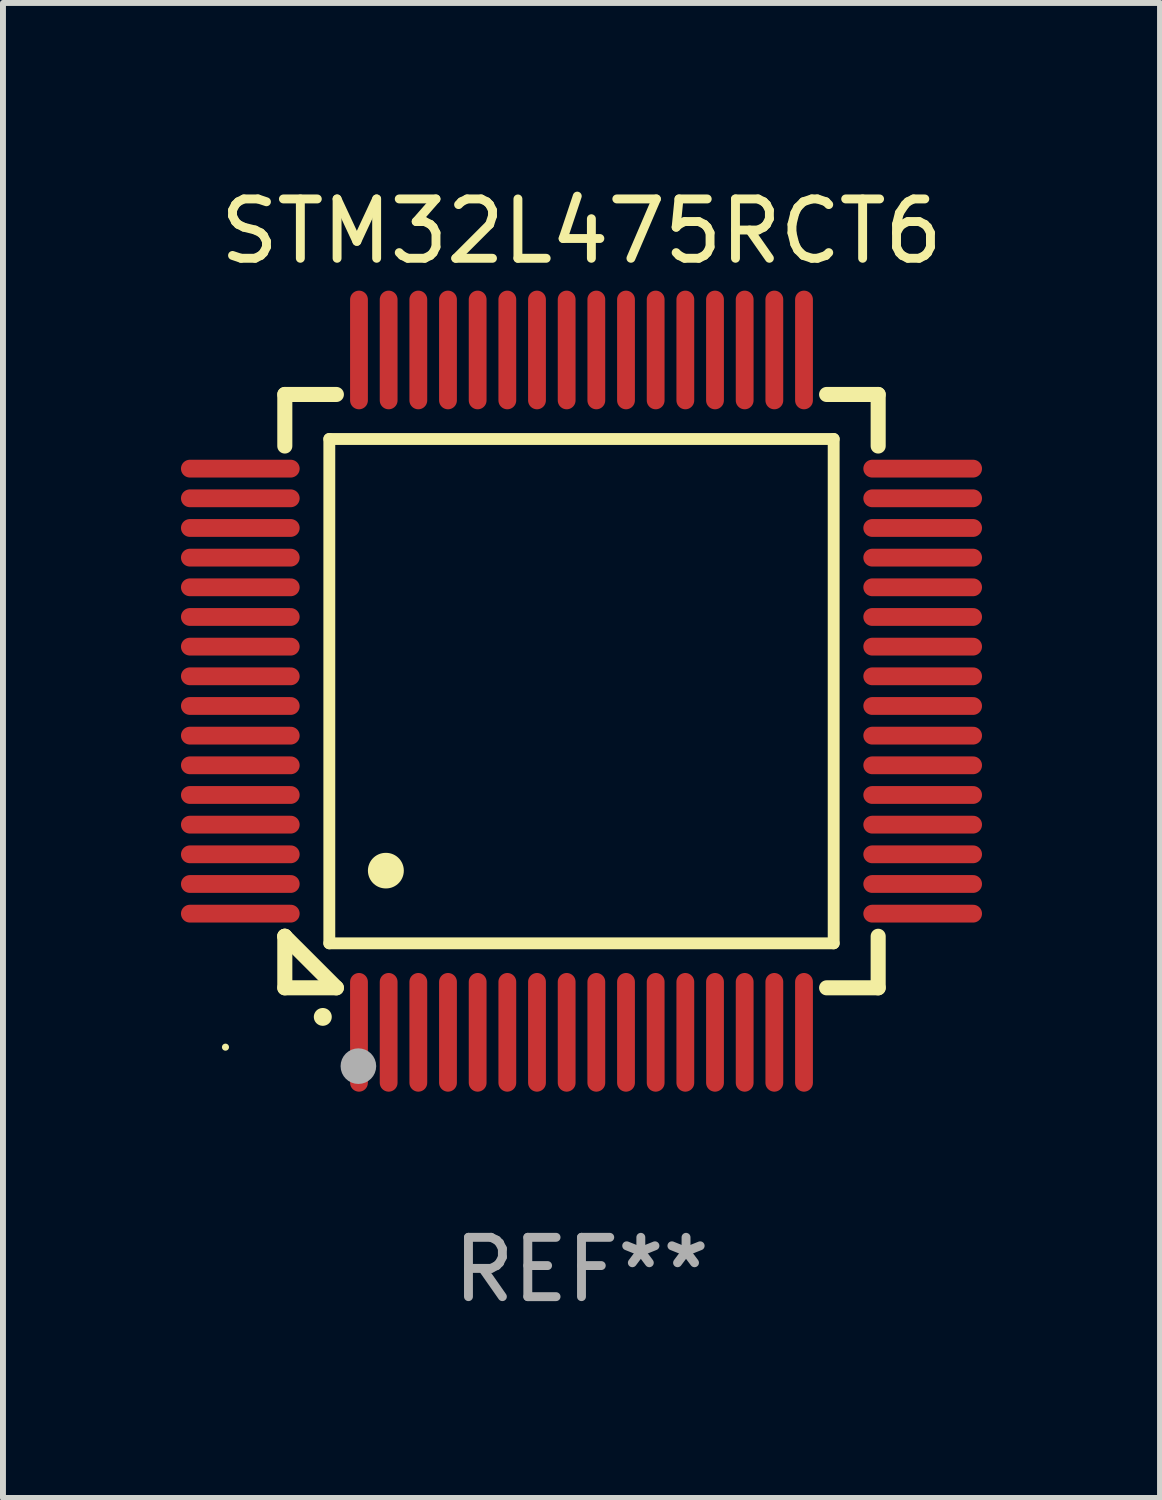
<source format=kicad_pcb>
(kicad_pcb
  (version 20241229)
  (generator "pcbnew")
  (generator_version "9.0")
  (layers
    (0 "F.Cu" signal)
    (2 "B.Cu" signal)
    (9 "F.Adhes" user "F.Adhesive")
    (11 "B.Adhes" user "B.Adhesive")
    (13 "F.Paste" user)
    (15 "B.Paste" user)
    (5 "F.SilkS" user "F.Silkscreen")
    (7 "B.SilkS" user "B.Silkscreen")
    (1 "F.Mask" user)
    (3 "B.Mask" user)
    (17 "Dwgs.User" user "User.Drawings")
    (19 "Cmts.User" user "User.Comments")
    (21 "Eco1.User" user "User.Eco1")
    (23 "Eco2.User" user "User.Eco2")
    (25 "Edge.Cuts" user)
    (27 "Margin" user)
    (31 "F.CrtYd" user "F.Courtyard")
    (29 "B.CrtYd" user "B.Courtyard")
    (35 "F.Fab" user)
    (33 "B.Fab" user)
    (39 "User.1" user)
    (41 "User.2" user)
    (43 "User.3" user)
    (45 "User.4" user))
  (footprint "STM32L475RCT6"
    (layer "F.Cu")
    (at 6.75 8.598)
    (property "Reference" "STM32L475RCT6" (at 0 -7.75 0) (layer "F.SilkS") (effects (font (size 1 1) (thickness 0.15))))
    (attr through_hole)
    (fp_line (start -5 -5) (end -4.131 -5) (stroke (width 0.254) (type solid)) (layer "F.SilkS"))
    (fp_line (start -5 -4.131) (end -5 -5) (stroke (width 0.254) (type solid)) (layer "F.SilkS"))
    (fp_line (start -5 4.131) (end -5 4.131) (stroke (width 0.254) (type solid)) (layer "F.SilkS"))
    (fp_line (start -5 5) (end -5 4.131) (stroke (width 0.254) (type solid)) (layer "F.SilkS"))
    (fp_line (start -5 4.131) (end -4.131 5) (stroke (width 0.254) (type solid)) (layer "F.SilkS"))
    (fp_line (start -4.25 -4.25) (end -4.25 4.25) (stroke (width 0.2) (type solid)) (layer "F.SilkS"))
    (fp_line (start -4.25 4.25) (end 4.25 4.25) (stroke (width 0.2) (type solid)) (layer "F.SilkS"))
    (fp_line (start -4.131 5) (end -5 5) (stroke (width 0.254) (type solid)) (layer "F.SilkS"))
    (fp_line (start 4.25 -4.25) (end -4.25 -4.25) (stroke (width 0.2) (type solid)) (layer "F.SilkS"))
    (fp_line (start 4.25 4.25) (end 4.25 -4.25) (stroke (width 0.2) (type solid)) (layer "F.SilkS"))
    (fp_line (start 5 -5) (end 4.131 -5) (stroke (width 0.254) (type solid)) (layer "F.SilkS"))
    (fp_line (start 5 -5) (end 5 -4.131) (stroke (width 0.254) (type solid)) (layer "F.SilkS"))
    (fp_line (start 5 4.131) (end 5 5) (stroke (width 0.254) (type solid)) (layer "F.SilkS"))
    (fp_line (start 5 5) (end 4.131 5) (stroke (width 0.254) (type solid)) (layer "F.SilkS"))
    (fp_arc (start -4.361265 5.489992) (mid -4.359995 5.489987) (end -4.358725 5.489992) (stroke (width 0.3) (type solid)) (layer "F.SilkS"))
    (fp_arc (start -3.299467 3.025146) (mid -3.296927 3.025135) (end -3.294387 3.025146) (stroke (width 0.6) (type solid)) (layer "F.SilkS"))
    (fp_circle (center -6 6) (end -5.97 6) (stroke (width 0.06) (type solid)) (fill no) (layer "F.SilkS"))
    (fp_circle (center -3.76 6.32) (end -3.61 6.32) (stroke (width 0.3) (type solid)) (fill no) (layer "F.Fab"))
    (fp_text user "REF**" (at 0 9.75 0) (layer "F.Fab") (effects (font (size 1 1) (thickness 0.15))))
    (pad "1" smd oval (at -3.75 5.75) (size 0.3 2) (layers "F.Cu" "F.Mask" "F.Paste"))
    (pad "2" smd oval (at -3.25 5.75) (size 0.3 2) (layers "F.Cu" "F.Mask" "F.Paste"))
    (pad "3" smd oval (at -2.75 5.75) (size 0.3 2) (layers "F.Cu" "F.Mask" "F.Paste"))
    (pad "4" smd oval (at -2.25 5.75) (size 0.3 2) (layers "F.Cu" "F.Mask" "F.Paste"))
    (pad "5" smd oval (at -1.75 5.75) (size 0.3 2) (layers "F.Cu" "F.Mask" "F.Paste"))
    (pad "6" smd oval (at -1.25 5.75) (size 0.3 2) (layers "F.Cu" "F.Mask" "F.Paste"))
    (pad "7" smd oval (at -0.75 5.75) (size 0.3 2) (layers "F.Cu" "F.Mask" "F.Paste"))
    (pad "8" smd oval (at -0.25 5.75) (size 0.3 2) (layers "F.Cu" "F.Mask" "F.Paste"))
    (pad "9" smd oval (at 0.25 5.75) (size 0.3 2) (layers "F.Cu" "F.Mask" "F.Paste"))
    (pad "10" smd oval (at 0.75 5.75) (size 0.3 2) (layers "F.Cu" "F.Mask" "F.Paste"))
    (pad "11" smd oval (at 1.25 5.75) (size 0.3 2) (layers "F.Cu" "F.Mask" "F.Paste"))
    (pad "12" smd oval (at 1.75 5.75) (size 0.3 2) (layers "F.Cu" "F.Mask" "F.Paste"))
    (pad "13" smd oval (at 2.25 5.75) (size 0.3 2) (layers "F.Cu" "F.Mask" "F.Paste"))
    (pad "14" smd oval (at 2.75 5.75) (size 0.3 2) (layers "F.Cu" "F.Mask" "F.Paste"))
    (pad "15" smd oval (at 3.25 5.75) (size 0.3 2) (layers "F.Cu" "F.Mask" "F.Paste"))
    (pad "16" smd oval (at 3.75 5.75) (size 0.3 2) (layers "F.Cu" "F.Mask" "F.Paste"))
    (pad "17" smd oval (at 5.75 3.75) (size 2 0.3) (layers "F.Cu" "F.Mask" "F.Paste"))
    (pad "18" smd oval (at 5.75 3.25) (size 2 0.3) (layers "F.Cu" "F.Mask" "F.Paste"))
    (pad "19" smd oval (at 5.75 2.75) (size 2 0.3) (layers "F.Cu" "F.Mask" "F.Paste"))
    (pad "20" smd oval (at 5.75 2.25) (size 2 0.3) (layers "F.Cu" "F.Mask" "F.Paste"))
    (pad "21" smd oval (at 5.75 1.75) (size 2 0.3) (layers "F.Cu" "F.Mask" "F.Paste"))
    (pad "22" smd oval (at 5.75 1.25) (size 2 0.3) (layers "F.Cu" "F.Mask" "F.Paste"))
    (pad "23" smd oval (at 5.75 0.75) (size 2 0.3) (layers "F.Cu" "F.Mask" "F.Paste"))
    (pad "24" smd oval (at 5.75 0.25) (size 2 0.3) (layers "F.Cu" "F.Mask" "F.Paste"))
    (pad "25" smd oval (at 5.75 -0.25) (size 2 0.3) (layers "F.Cu" "F.Mask" "F.Paste"))
    (pad "26" smd oval (at 5.75 -0.75) (size 2 0.3) (layers "F.Cu" "F.Mask" "F.Paste"))
    (pad "27" smd oval (at 5.75 -1.25) (size 2 0.3) (layers "F.Cu" "F.Mask" "F.Paste"))
    (pad "28" smd oval (at 5.75 -1.75) (size 2 0.3) (layers "F.Cu" "F.Mask" "F.Paste"))
    (pad "29" smd oval (at 5.75 -2.25) (size 2 0.3) (layers "F.Cu" "F.Mask" "F.Paste"))
    (pad "30" smd oval (at 5.75 -2.75) (size 2 0.3) (layers "F.Cu" "F.Mask" "F.Paste"))
    (pad "31" smd oval (at 5.75 -3.25) (size 2 0.3) (layers "F.Cu" "F.Mask" "F.Paste"))
    (pad "32" smd oval (at 5.75 -3.75) (size 2 0.3) (layers "F.Cu" "F.Mask" "F.Paste"))
    (pad "33" smd oval (at 3.75 -5.75) (size 0.3 2) (layers "F.Cu" "F.Mask" "F.Paste"))
    (pad "34" smd oval (at 3.25 -5.75) (size 0.3 2) (layers "F.Cu" "F.Mask" "F.Paste"))
    (pad "35" smd oval (at 2.75 -5.75) (size 0.3 2) (layers "F.Cu" "F.Mask" "F.Paste"))
    (pad "36" smd oval (at 2.25 -5.75) (size 0.3 2) (layers "F.Cu" "F.Mask" "F.Paste"))
    (pad "37" smd oval (at 1.75 -5.75) (size 0.3 2) (layers "F.Cu" "F.Mask" "F.Paste"))
    (pad "38" smd oval (at 1.25 -5.75) (size 0.3 2) (layers "F.Cu" "F.Mask" "F.Paste"))
    (pad "39" smd oval (at 0.75 -5.75) (size 0.3 2) (layers "F.Cu" "F.Mask" "F.Paste"))
    (pad "40" smd oval (at 0.25 -5.75) (size 0.3 2) (layers "F.Cu" "F.Mask" "F.Paste"))
    (pad "41" smd oval (at -0.25 -5.75) (size 0.3 2) (layers "F.Cu" "F.Mask" "F.Paste"))
    (pad "42" smd oval (at -0.75 -5.75) (size 0.3 2) (layers "F.Cu" "F.Mask" "F.Paste"))
    (pad "43" smd oval (at -1.25 -5.75) (size 0.3 2) (layers "F.Cu" "F.Mask" "F.Paste"))
    (pad "44" smd oval (at -1.75 -5.75) (size 0.3 2) (layers "F.Cu" "F.Mask" "F.Paste"))
    (pad "45" smd oval (at -2.25 -5.75) (size 0.3 2) (layers "F.Cu" "F.Mask" "F.Paste"))
    (pad "46" smd oval (at -2.75 -5.75) (size 0.3 2) (layers "F.Cu" "F.Mask" "F.Paste"))
    (pad "47" smd oval (at -3.25 -5.75) (size 0.3 2) (layers "F.Cu" "F.Mask" "F.Paste"))
    (pad "48" smd oval (at -3.75 -5.75) (size 0.3 2) (layers "F.Cu" "F.Mask" "F.Paste"))
    (pad "49" smd oval (at -5.75 -3.75) (size 2 0.3) (layers "F.Cu" "F.Mask" "F.Paste"))
    (pad "50" smd oval (at -5.75 -3.25) (size 2 0.3) (layers "F.Cu" "F.Mask" "F.Paste"))
    (pad "51" smd oval (at -5.75 -2.75) (size 2 0.3) (layers "F.Cu" "F.Mask" "F.Paste"))
    (pad "52" smd oval (at -5.75 -2.25) (size 2 0.3) (layers "F.Cu" "F.Mask" "F.Paste"))
    (pad "53" smd oval (at -5.75 -1.75) (size 2 0.3) (layers "F.Cu" "F.Mask" "F.Paste"))
    (pad "54" smd oval (at -5.75 -1.25) (size 2 0.3) (layers "F.Cu" "F.Mask" "F.Paste"))
    (pad "55" smd oval (at -5.75 -0.75) (size 2 0.3) (layers "F.Cu" "F.Mask" "F.Paste"))
    (pad "56" smd oval (at -5.75 -0.25) (size 2 0.3) (layers "F.Cu" "F.Mask" "F.Paste"))
    (pad "57" smd oval (at -5.75 0.25) (size 2 0.3) (layers "F.Cu" "F.Mask" "F.Paste"))
    (pad "58" smd oval (at -5.75 0.75) (size 2 0.3) (layers "F.Cu" "F.Mask" "F.Paste"))
    (pad "59" smd oval (at -5.75 1.25) (size 2 0.3) (layers "F.Cu" "F.Mask" "F.Paste"))
    (pad "60" smd oval (at -5.75 1.75) (size 2 0.3) (layers "F.Cu" "F.Mask" "F.Paste"))
    (pad "61" smd oval (at -5.75 2.25) (size 2 0.3) (layers "F.Cu" "F.Mask" "F.Paste"))
    (pad "62" smd oval (at -5.75 2.75) (size 2 0.3) (layers "F.Cu" "F.Mask" "F.Paste"))
    (pad "63" smd oval (at -5.75 3.25) (size 2 0.3) (layers "F.Cu" "F.Mask" "F.Paste"))
    (pad "64" smd oval (at -5.75 3.75) (size 2 0.3) (layers "F.Cu" "F.Mask" "F.Paste")))
  (gr_rect
    (start -3 -3)
    (end 16.5 22.196)
    (stroke (width 0.1) (type default))
    (fill no)
    (layer "Edge.Cuts")))
</source>
